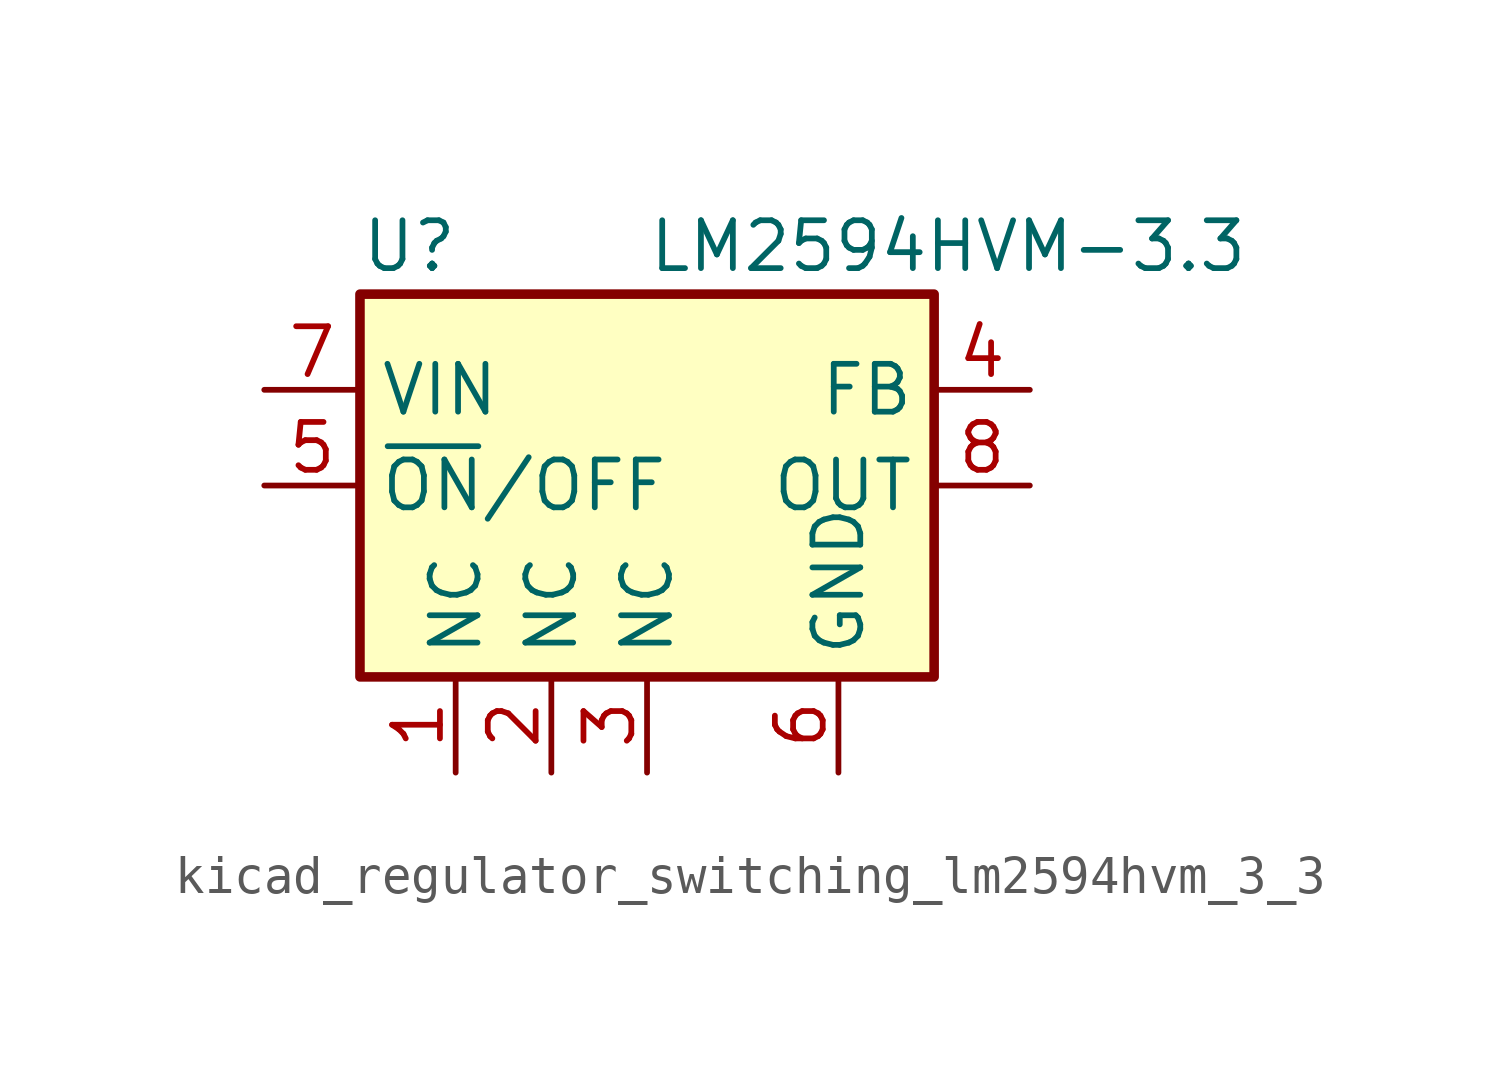
<source format=kicad_sym>
(kicad_symbol_lib
  (version 20220914)
  (generator kicad_symbol_editor)
  (symbol "kicad_regulator_switching_lm2594hvm_3_3"
    (property "Reference" "U"
      (at -7.62 6.35 0)
      (effects (font (size 1.27 1.27)) (justify left)))
    (property "Value" "LM2594HVM-3.3"
      (at 0 6.35 0)
      (effects (font (size 1.27 1.27)) (justify left)))
    (symbol "kicad_regulator_switching_lm2594hvm_3_3_0_1"
      (rectangle (start -7.62 5.08) (end 7.62 -5.08) (stroke (width 0.254) (type default)) (fill (type background))))
    (symbol "kicad_regulator_switching_lm2594hvm_3_3_1_1"
      (pin passive line (at -5.08 -7.62 90) (length 2.54) (name "NC" (effects (font (size 1.27 1.27)))) (number "1" (effects (font (size 1.27 1.27)))))
      (pin passive line (at -2.54 -7.62 90) (length 2.54) (name "NC" (effects (font (size 1.27 1.27)))) (number "2" (effects (font (size 1.27 1.27)))))
      (pin passive line (at 0 -7.62 90) (length 2.54) (name "NC" (effects (font (size 1.27 1.27)))) (number "3" (effects (font (size 1.27 1.27)))))
      (pin input line (at 10.16 2.54 180) (length 2.54) (name "FB" (effects (font (size 1.27 1.27)))) (number "4" (effects (font (size 1.27 1.27)))))
      (pin input line (at -10.16 0 0) (length 2.54) (name "~{ON}/OFF" (effects (font (size 1.27 1.27)))) (number "5" (effects (font (size 1.27 1.27)))))
      (pin power_in line (at 5.08 -7.62 90) (length 2.54) (name "GND" (effects (font (size 1.27 1.27)))) (number "6" (effects (font (size 1.27 1.27)))))
      (pin power_in line (at -10.16 2.54 0) (length 2.54) (name "VIN" (effects (font (size 1.27 1.27)))) (number "7" (effects (font (size 1.27 1.27)))))
      (pin output line (at 10.16 0 180) (length 2.54) (name "OUT" (effects (font (size 1.27 1.27)))) (number "8" (effects (font (size 1.27 1.27))))))))
</source>
